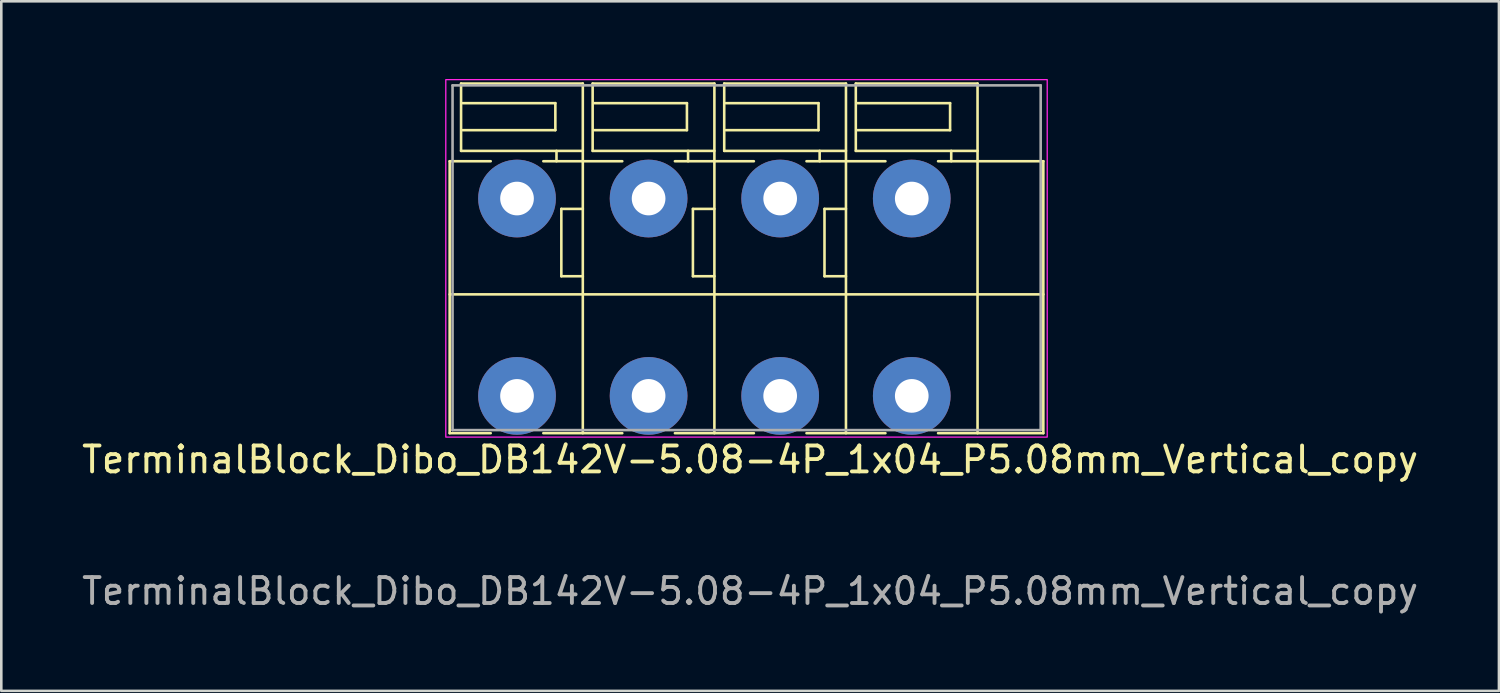
<source format=kicad_pcb>
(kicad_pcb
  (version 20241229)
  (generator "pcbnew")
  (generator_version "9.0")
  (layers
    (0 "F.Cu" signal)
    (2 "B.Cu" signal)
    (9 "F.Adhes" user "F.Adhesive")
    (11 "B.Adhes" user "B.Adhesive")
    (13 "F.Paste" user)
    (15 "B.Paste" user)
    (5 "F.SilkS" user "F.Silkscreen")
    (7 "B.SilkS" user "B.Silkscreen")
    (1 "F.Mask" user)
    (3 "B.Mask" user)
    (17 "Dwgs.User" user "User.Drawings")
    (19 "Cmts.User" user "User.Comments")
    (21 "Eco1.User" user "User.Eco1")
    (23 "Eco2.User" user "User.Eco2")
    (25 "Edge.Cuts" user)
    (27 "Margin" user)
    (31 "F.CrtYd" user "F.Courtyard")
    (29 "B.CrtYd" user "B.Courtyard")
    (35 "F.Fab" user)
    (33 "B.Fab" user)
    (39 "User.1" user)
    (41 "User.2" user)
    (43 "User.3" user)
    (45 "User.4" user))
  (footprint "TerminalBlock_Dibo_DB142V-5.08-4P_1x04_P5.08mm_Vertical_copy"
    (layer "F.Cu")
    (at 16.911 12.235)
    (property "Reference" "TerminalBlock_Dibo_DB142V-5.08-4P_1x04_P5.08mm_Vertical_copy" (at 9 2.46 0) (unlocked yes) (layer "F.SilkS") (effects (font (size 1 1) (thickness 0.15))))
    (attr through_hole)
    (fp_line (start -2.6 1.44) (end -2.6 -9.06) (stroke (width 0.1) (type default)) (layer "F.SilkS"))
    (fp_line (start -2.16 -12.06) (end 2.54 -12.06) (stroke (width 0.1) (type default)) (layer "F.SilkS"))
    (fp_line (start -2.16 -9.46) (end -2.16 -12.06) (stroke (width 0.1) (type default)) (layer "F.SilkS"))
    (fp_line (start -2.1 -10.26) (end 1.48 -10.26) (stroke (width 0.1) (type default)) (layer "F.SilkS"))
    (fp_line (start -1.016 -9.06) (end -2.6 -9.06) (stroke (width 0.1) (type default)) (layer "F.SilkS"))
    (fp_line (start -1.016 1.44) (end -2.6 1.44) (stroke (width 0.1) (type default)) (layer "F.SilkS"))
    (fp_line (start 1.48 -11.303) (end -2.1 -11.303) (stroke (width 0.1) (type default)) (layer "F.SilkS"))
    (fp_line (start 1.48 -10.26) (end 1.48 -11.303) (stroke (width 0.1) (type default)) (layer "F.SilkS"))
    (fp_line (start 1.524 -9.46) (end 1.524 -9.06) (stroke (width 0.1) (type default)) (layer "F.SilkS"))
    (fp_line (start 1.711 -7.22) (end 2.54 -7.22) (stroke (width 0.1) (type default)) (layer "F.SilkS"))
    (fp_line (start 1.711 -4.62) (end 1.711 -7.22) (stroke (width 0.1) (type default)) (layer "F.SilkS"))
    (fp_line (start 2.54 -12.06) (end 2.54 -9.06) (stroke (width 0.1) (type default)) (layer "F.SilkS"))
    (fp_line (start 2.54 -9.46) (end -2.16 -9.46) (stroke (width 0.1) (type default)) (layer "F.SilkS"))
    (fp_line (start 2.54 -4.62) (end 1.711 -4.62) (stroke (width 0.1) (type default)) (layer "F.SilkS"))
    (fp_line (start 2.54 1.44) (end 2.54 -9.06) (stroke (width 0.1) (type default)) (layer "F.SilkS"))
    (fp_line (start 2.92 -12.06) (end 7.62 -12.06) (stroke (width 0.1) (type default)) (layer "F.SilkS"))
    (fp_line (start 2.92 -9.46) (end 2.92 -12.06) (stroke (width 0.1) (type default)) (layer "F.SilkS"))
    (fp_line (start 2.98 -10.26) (end 6.56 -10.26) (stroke (width 0.1) (type default)) (layer "F.SilkS"))
    (fp_line (start 4.064 -9.06) (end 1.016 -9.06) (stroke (width 0.1) (type default)) (layer "F.SilkS"))
    (fp_line (start 4.064 1.44) (end 1.016 1.44) (stroke (width 0.1) (type default)) (layer "F.SilkS"))
    (fp_line (start 6.56 -11.303) (end 2.98 -11.303) (stroke (width 0.1) (type default)) (layer "F.SilkS"))
    (fp_line (start 6.56 -10.26) (end 6.56 -11.303) (stroke (width 0.1) (type default)) (layer "F.SilkS"))
    (fp_line (start 6.604 -9.46) (end 6.604 -9.06) (stroke (width 0.1) (type default)) (layer "F.SilkS"))
    (fp_line (start 6.791 -7.22) (end 7.62 -7.22) (stroke (width 0.1) (type default)) (layer "F.SilkS"))
    (fp_line (start 6.791 -4.62) (end 6.791 -7.22) (stroke (width 0.1) (type default)) (layer "F.SilkS"))
    (fp_line (start 7.62 -12.06) (end 7.62 -9.06) (stroke (width 0.1) (type default)) (layer "F.SilkS"))
    (fp_line (start 7.62 -9.46) (end 2.92 -9.46) (stroke (width 0.1) (type default)) (layer "F.SilkS"))
    (fp_line (start 7.62 -4.62) (end 6.791 -4.62) (stroke (width 0.1) (type default)) (layer "F.SilkS"))
    (fp_line (start 7.62 1.44) (end 7.62 -9.06) (stroke (width 0.1) (type default)) (layer "F.SilkS"))
    (fp_line (start 8 -12.06) (end 12.7 -12.06) (stroke (width 0.1) (type default)) (layer "F.SilkS"))
    (fp_line (start 8 -9.46) (end 8 -12.06) (stroke (width 0.1) (type default)) (layer "F.SilkS"))
    (fp_line (start 8.06 -10.26) (end 11.64 -10.26) (stroke (width 0.1) (type default)) (layer "F.SilkS"))
    (fp_line (start 9.144 -9.06) (end 6.096 -9.06) (stroke (width 0.1) (type default)) (layer "F.SilkS"))
    (fp_line (start 9.144 1.44) (end 6.096 1.44) (stroke (width 0.1) (type default)) (layer "F.SilkS"))
    (fp_line (start 11.64 -11.303) (end 8.06 -11.303) (stroke (width 0.1) (type default)) (layer "F.SilkS"))
    (fp_line (start 11.64 -10.26) (end 11.64 -11.303) (stroke (width 0.1) (type default)) (layer "F.SilkS"))
    (fp_line (start 11.684 -9.46) (end 11.684 -9.06) (stroke (width 0.1) (type default)) (layer "F.SilkS"))
    (fp_line (start 11.871 -7.22) (end 12.7 -7.22) (stroke (width 0.1) (type default)) (layer "F.SilkS"))
    (fp_line (start 11.871 -4.62) (end 11.871 -7.22) (stroke (width 0.1) (type default)) (layer "F.SilkS"))
    (fp_line (start 12.7 -12.06) (end 12.7 -9.06) (stroke (width 0.1) (type default)) (layer "F.SilkS"))
    (fp_line (start 12.7 -9.46) (end 8 -9.46) (stroke (width 0.1) (type default)) (layer "F.SilkS"))
    (fp_line (start 12.7 -4.62) (end 11.871 -4.62) (stroke (width 0.1) (type default)) (layer "F.SilkS"))
    (fp_line (start 12.7 1.44) (end 12.7 -9.06) (stroke (width 0.1) (type default)) (layer "F.SilkS"))
    (fp_line (start 13.08 -12.06) (end 17.78 -12.06) (stroke (width 0.1) (type default)) (layer "F.SilkS"))
    (fp_line (start 13.08 -9.46) (end 13.08 -12.06) (stroke (width 0.1) (type default)) (layer "F.SilkS"))
    (fp_line (start 13.14 -10.26) (end 16.72 -10.26) (stroke (width 0.1) (type default)) (layer "F.SilkS"))
    (fp_line (start 14.224 -9.06) (end 11.176 -9.06) (stroke (width 0.1) (type default)) (layer "F.SilkS"))
    (fp_line (start 14.224 1.44) (end 11.176 1.44) (stroke (width 0.1) (type default)) (layer "F.SilkS"))
    (fp_line (start 16.256 -9.06) (end 20.32 -9.06) (stroke (width 0.1) (type default)) (layer "F.SilkS"))
    (fp_line (start 16.72 -11.303) (end 13.14 -11.303) (stroke (width 0.1) (type default)) (layer "F.SilkS"))
    (fp_line (start 16.72 -10.26) (end 16.72 -11.303) (stroke (width 0.1) (type default)) (layer "F.SilkS"))
    (fp_line (start 16.764 -9.46) (end 16.764 -9.06) (stroke (width 0.1) (type default)) (layer "F.SilkS"))
    (fp_line (start 17.78 -12.06) (end 17.78 -9.06) (stroke (width 0.1) (type default)) (layer "F.SilkS"))
    (fp_line (start 17.78 -9.46) (end 13.08 -9.46) (stroke (width 0.1) (type default)) (layer "F.SilkS"))
    (fp_line (start 17.78 1.44) (end 17.78 -9.06) (stroke (width 0.1) (type default)) (layer "F.SilkS"))
    (fp_line (start 20.32 -9.06) (end 20.32 1.44) (stroke (width 0.1) (type default)) (layer "F.SilkS"))
    (fp_line (start 20.32 -3.92) (end -2.6 -3.92) (stroke (width 0.1) (type default)) (layer "F.SilkS"))
    (fp_line (start 20.32 1.44) (end 16.256 1.44) (stroke (width 0.1) (type default)) (layer "F.SilkS"))
    (fp_rect (start 20.47 1.59) (end -2.75 -12.21) (stroke (width 0.05) (type default)) (fill no) (layer "F.CrtYd"))
    (fp_line (start -2.489 -11.989) (end 20.218 -11.989) (stroke (width 0.1) (type default)) (layer "F.Fab"))
    (fp_line (start -2.489 1.321) (end -2.489 -11.989) (stroke (width 0.1) (type default)) (layer "F.Fab"))
    (fp_line (start 20.218 -11.989) (end 20.218 1.321) (stroke (width 0.1) (type default)) (layer "F.Fab"))
    (fp_line (start 20.218 1.321) (end -2.489 1.321) (stroke (width 0.1) (type default)) (layer "F.Fab"))
    (fp_text user "${REFERENCE}" (at 9 7.54 0) (unlocked yes) (layer "F.Fab") (effects (font (size 1 1) (thickness 0.15))))
    (pad "1" thru_hole circle (at 0 -7.62 180) (size 3 3) (drill 1.3) (layers "*.Cu" "*.Mask"))
    (pad "1" thru_hole circle (at 0 0 180) (size 3 3) (drill 1.3) (layers "*.Cu" "*.Mask"))
    (pad "2" thru_hole circle (at 5.08 -7.62 180) (size 3 3) (drill 1.3) (layers "*.Cu" "*.Mask"))
    (pad "2" thru_hole circle (at 5.08 0 180) (size 3 3) (drill 1.3) (layers "*.Cu" "*.Mask"))
    (pad "3" thru_hole circle (at 10.16 -7.62 180) (size 3 3) (drill 1.3) (layers "*.Cu" "*.Mask"))
    (pad "3" thru_hole circle (at 10.16 0 180) (size 3 3) (drill 1.3) (layers "*.Cu" "*.Mask"))
    (pad "4" thru_hole circle (at 15.24 -7.62 180) (size 3 3) (drill 1.3) (layers "*.Cu" "*.Mask"))
    (pad "4" thru_hole circle (at 15.24 0 180) (size 3 3) (drill 1.3) (layers "*.Cu" "*.Mask")))
  (gr_rect
    (start -3 -3)
    (end 54.821 23.623)
    (stroke (width 0.1) (type default))
    (fill no)
    (layer "Edge.Cuts")))
</source>
